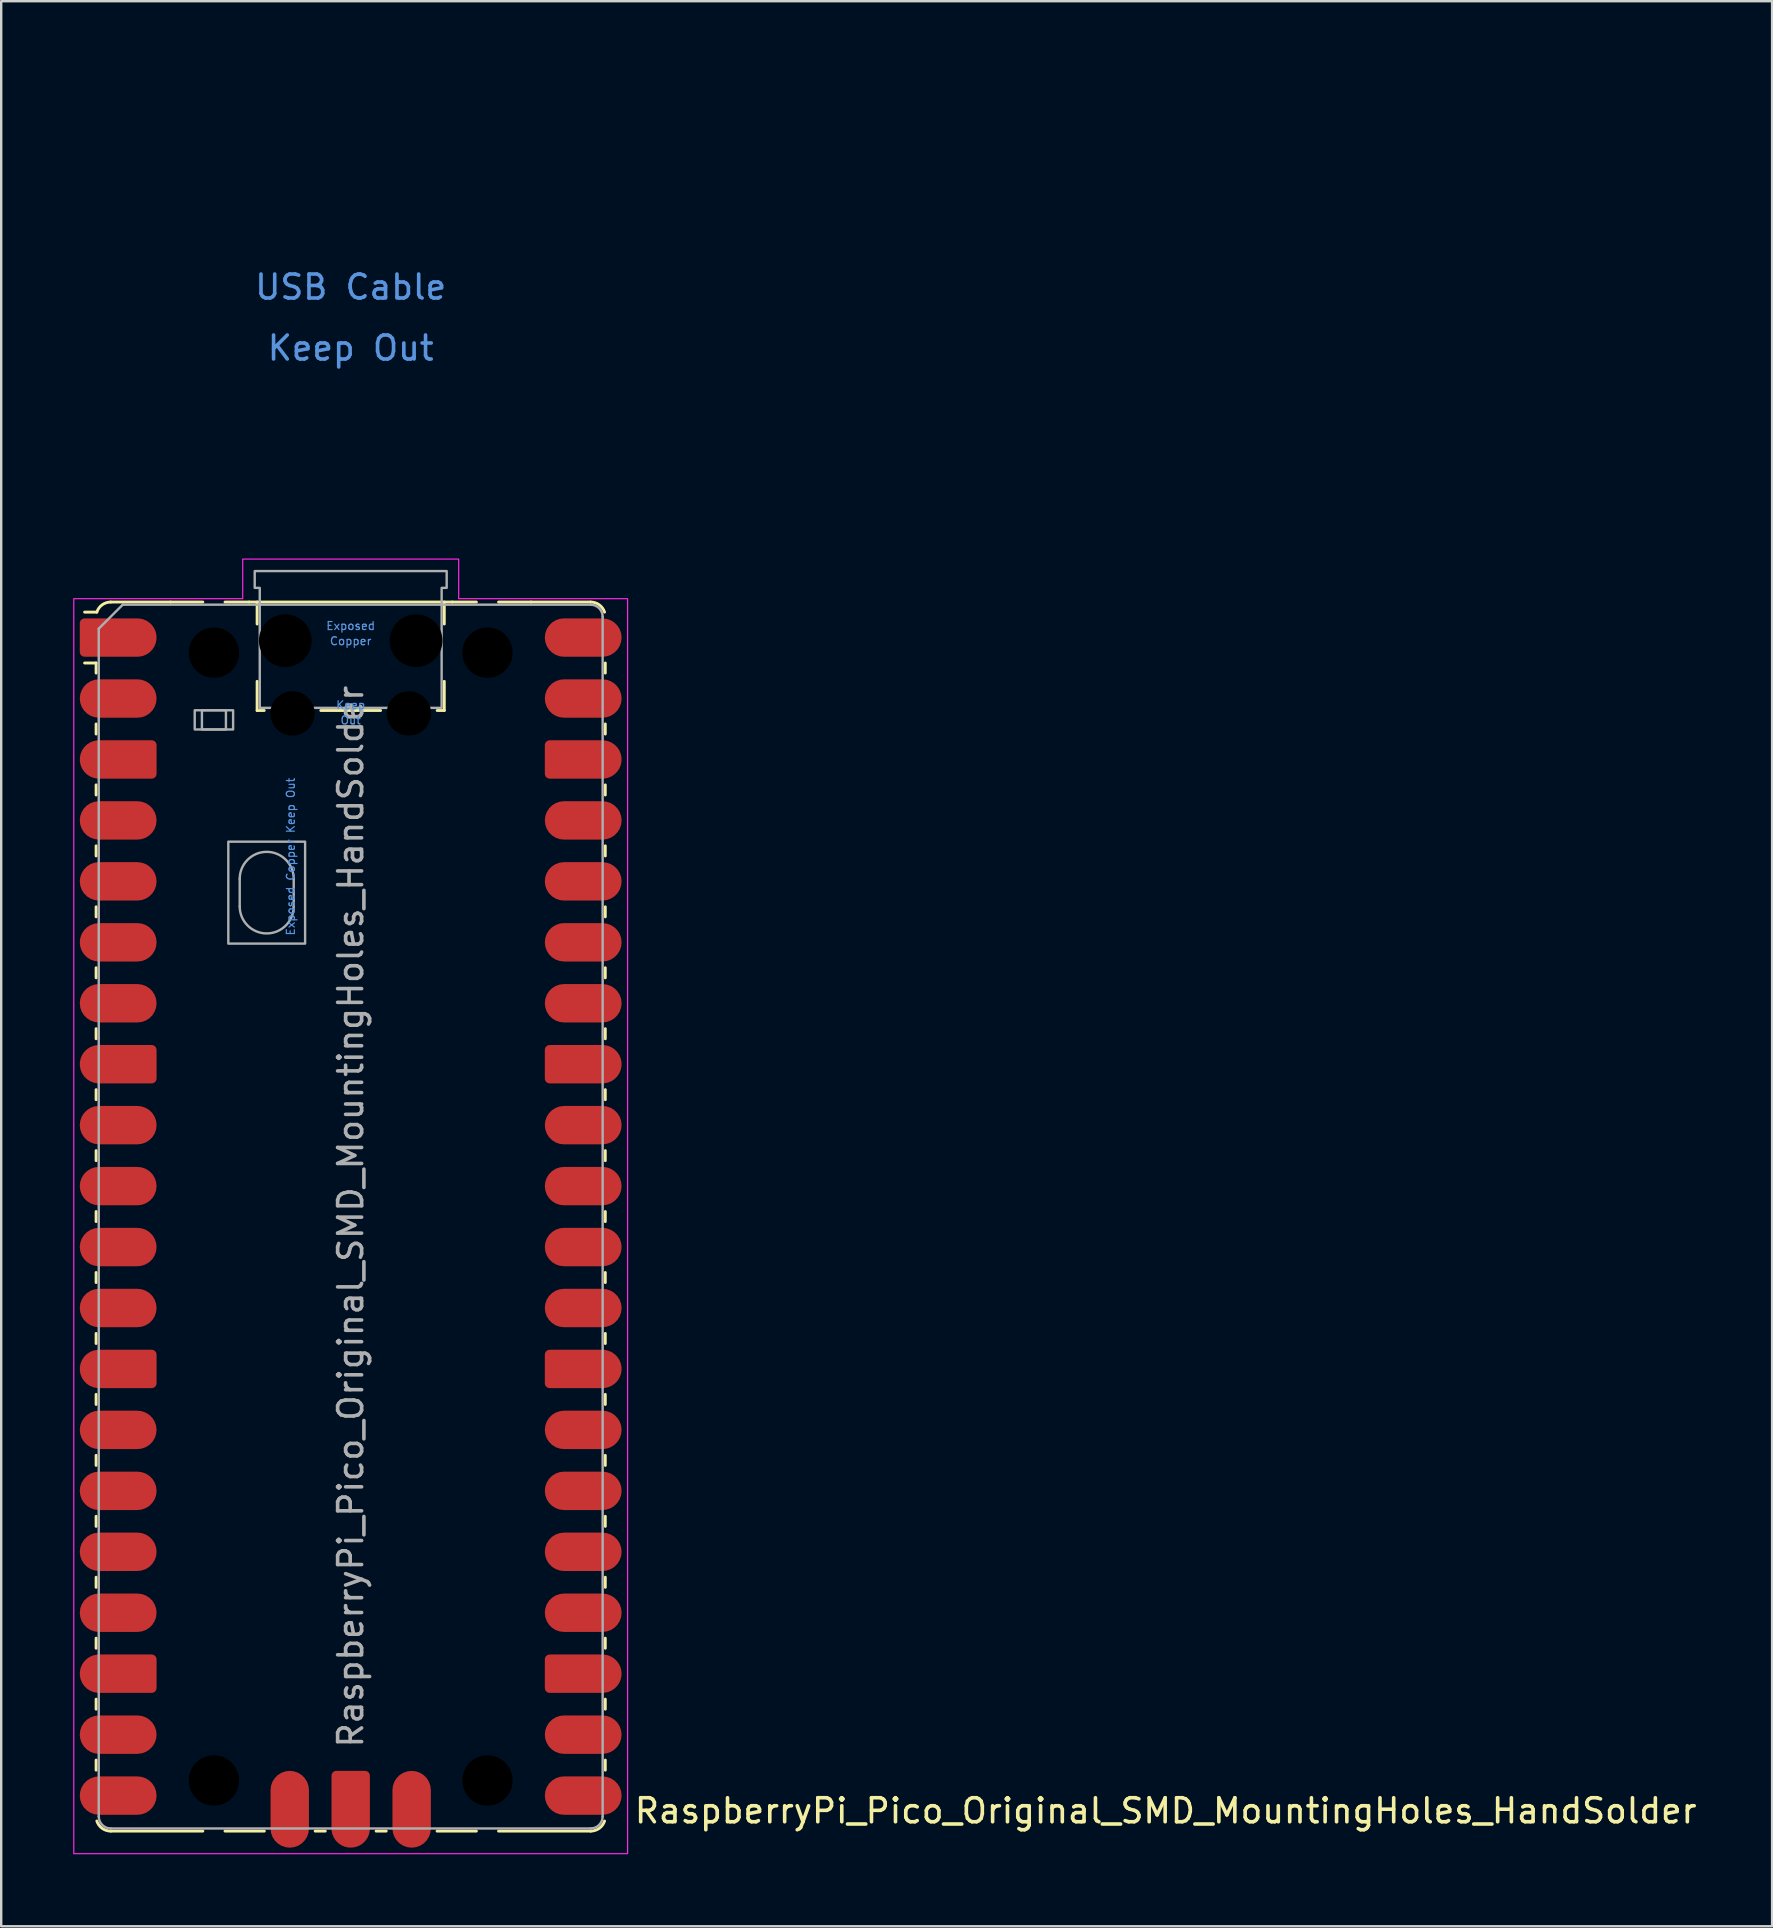
<source format=kicad_pcb>
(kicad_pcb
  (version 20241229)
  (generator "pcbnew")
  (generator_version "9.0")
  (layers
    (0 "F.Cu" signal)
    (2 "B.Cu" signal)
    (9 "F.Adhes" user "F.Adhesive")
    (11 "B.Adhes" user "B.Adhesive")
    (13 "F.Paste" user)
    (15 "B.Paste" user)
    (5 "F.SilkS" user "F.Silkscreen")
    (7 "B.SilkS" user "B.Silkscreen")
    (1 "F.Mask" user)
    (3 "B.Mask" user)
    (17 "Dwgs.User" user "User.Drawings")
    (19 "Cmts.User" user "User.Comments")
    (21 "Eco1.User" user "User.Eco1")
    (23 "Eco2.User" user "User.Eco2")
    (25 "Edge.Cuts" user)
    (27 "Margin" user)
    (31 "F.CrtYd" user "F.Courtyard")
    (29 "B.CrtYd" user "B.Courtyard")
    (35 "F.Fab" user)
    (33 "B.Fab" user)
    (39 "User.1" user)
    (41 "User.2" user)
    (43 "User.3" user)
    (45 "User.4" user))
  (footprint "RaspberryPi_Pico_Original_SMD_MountingHoles_HandSolder"
    (layer "F.Cu")
    (at 11.565 47.65)
    (property "Reference" "RaspberryPi_Pico_Original_SMD_MountingHoles_HandSolder" (at 11.748 24.765 0) (unlocked yes) (layer "F.SilkS") (effects (font (size 1 1) (thickness 0.15)) (justify left)))
    (attr smd)
    (fp_line (start -10.61 -23.07) (end -11.09 -23.07) (stroke (width 0.12) (type solid)) (layer "F.SilkS"))
    (fp_line (start -10.61 -23.07) (end -10.61 -22.65) (stroke (width 0.12) (type solid)) (layer "F.SilkS"))
    (fp_line (start -10.61 -20.53) (end -10.61 -20.11) (stroke (width 0.12) (type solid)) (layer "F.SilkS"))
    (fp_line (start -10.61 -17.99) (end -10.61 -17.57) (stroke (width 0.12) (type solid)) (layer "F.SilkS"))
    (fp_line (start -10.61 -15.45) (end -10.61 -15.03) (stroke (width 0.12) (type solid)) (layer "F.SilkS"))
    (fp_line (start -10.61 -12.91) (end -10.61 -12.49) (stroke (width 0.12) (type solid)) (layer "F.SilkS"))
    (fp_line (start -10.61 -10.37) (end -10.61 -9.95) (stroke (width 0.12) (type solid)) (layer "F.SilkS"))
    (fp_line (start -10.61 -7.83) (end -10.61 -7.41) (stroke (width 0.12) (type solid)) (layer "F.SilkS"))
    (fp_line (start -10.61 -5.29) (end -10.61 -4.87) (stroke (width 0.12) (type solid)) (layer "F.SilkS"))
    (fp_line (start -10.61 -2.75) (end -10.61 -2.33) (stroke (width 0.12) (type solid)) (layer "F.SilkS"))
    (fp_line (start -10.61 -0.21) (end -10.61 0.21) (stroke (width 0.12) (type solid)) (layer "F.SilkS"))
    (fp_line (start -10.61 2.33) (end -10.61 2.75) (stroke (width 0.12) (type solid)) (layer "F.SilkS"))
    (fp_line (start -10.61 4.87) (end -10.61 5.29) (stroke (width 0.12) (type solid)) (layer "F.SilkS"))
    (fp_line (start -10.61 7.41) (end -10.61 7.83) (stroke (width 0.12) (type solid)) (layer "F.SilkS"))
    (fp_line (start -10.61 9.95) (end -10.61 10.37) (stroke (width 0.12) (type solid)) (layer "F.SilkS"))
    (fp_line (start -10.61 12.49) (end -10.61 12.91) (stroke (width 0.12) (type solid)) (layer "F.SilkS"))
    (fp_line (start -10.61 15.03) (end -10.61 15.45) (stroke (width 0.12) (type solid)) (layer "F.SilkS"))
    (fp_line (start -10.61 17.57) (end -10.61 17.99) (stroke (width 0.12) (type solid)) (layer "F.SilkS"))
    (fp_line (start -10.61 20.11) (end -10.61 20.53) (stroke (width 0.12) (type solid)) (layer "F.SilkS"))
    (fp_line (start -10.61 22.65) (end -10.61 23.07) (stroke (width 0.12) (type solid)) (layer "F.SilkS"))
    (fp_line (start -10.58 -25.19) (end -11.09 -25.19) (stroke (width 0.12) (type solid)) (layer "F.SilkS"))
    (fp_line (start -10 -25.61) (end -7.51 -25.61) (stroke (width 0.12) (type solid)) (layer "F.SilkS"))
    (fp_line (start -10 25.61) (end -6.162 25.61) (stroke (width 0.12) (type solid)) (layer "F.SilkS"))
    (fp_line (start -7.51 -25.61) (end -6.162 -25.61) (stroke (width 0.12) (type solid)) (layer "F.SilkS"))
    (fp_line (start -5.238 -25.61) (end -4.235 -25.61) (stroke (width 0.12) (type solid)) (layer "F.SilkS"))
    (fp_line (start -4.235 -25.61) (end 4.235 -25.61) (stroke (width 0.12) (type solid)) (layer "F.SilkS"))
    (fp_line (start -3.9 -25.61) (end -3.9 -24.694) (stroke (width 0.12) (type solid)) (layer "F.SilkS"))
    (fp_line (start -3.9 -22.306) (end -3.9 -21.09) (stroke (width 0.12) (type solid)) (layer "F.SilkS"))
    (fp_line (start -3.9 -21.09) (end -3.604 -21.09) (stroke (width 0.12) (type solid)) (layer "F.SilkS"))
    (fp_line (start -3.6 25.61) (end -5.238 25.61) (stroke (width 0.12) (type solid)) (layer "F.SilkS"))
    (fp_line (start -1.48 25.61) (end -1.06 25.61) (stroke (width 0.12) (type solid)) (layer "F.SilkS"))
    (fp_line (start -1.246 -21.09) (end 1.246 -21.09) (stroke (width 0.12) (type solid)) (layer "F.SilkS"))
    (fp_line (start 1.06 25.61) (end 1.48 25.61) (stroke (width 0.12) (type solid)) (layer "F.SilkS"))
    (fp_line (start 3.604 -21.09) (end 3.9 -21.09) (stroke (width 0.12) (type solid)) (layer "F.SilkS"))
    (fp_line (start 3.9 -25.61) (end 3.9 -24.694) (stroke (width 0.12) (type solid)) (layer "F.SilkS"))
    (fp_line (start 3.9 -22.306) (end 3.9 -21.09) (stroke (width 0.12) (type solid)) (layer "F.SilkS"))
    (fp_line (start 4.235 -25.61) (end 5.238 -25.61) (stroke (width 0.12) (type solid)) (layer "F.SilkS"))
    (fp_line (start 5.238 25.61) (end 3.6 25.61) (stroke (width 0.12) (type solid)) (layer "F.SilkS"))
    (fp_line (start 6.162 -25.61) (end 7.51 -25.61) (stroke (width 0.12) (type solid)) (layer "F.SilkS"))
    (fp_line (start 6.162 25.61) (end 10 25.61) (stroke (width 0.12) (type solid)) (layer "F.SilkS"))
    (fp_line (start 10 -25.61) (end 7.51 -25.61) (stroke (width 0.12) (type solid)) (layer "F.SilkS"))
    (fp_line (start 10.61 -23.07) (end 10.61 -22.65) (stroke (width 0.12) (type solid)) (layer "F.SilkS"))
    (fp_line (start 10.61 -20.53) (end 10.61 -20.11) (stroke (width 0.12) (type solid)) (layer "F.SilkS"))
    (fp_line (start 10.61 -17.99) (end 10.61 -17.57) (stroke (width 0.12) (type solid)) (layer "F.SilkS"))
    (fp_line (start 10.61 -15.45) (end 10.61 -15.03) (stroke (width 0.12) (type solid)) (layer "F.SilkS"))
    (fp_line (start 10.61 -12.91) (end 10.61 -12.49) (stroke (width 0.12) (type solid)) (layer "F.SilkS"))
    (fp_line (start 10.61 -10.37) (end 10.61 -9.95) (stroke (width 0.12) (type solid)) (layer "F.SilkS"))
    (fp_line (start 10.61 -7.83) (end 10.61 -7.41) (stroke (width 0.12) (type solid)) (layer "F.SilkS"))
    (fp_line (start 10.61 -5.29) (end 10.61 -4.87) (stroke (width 0.12) (type solid)) (layer "F.SilkS"))
    (fp_line (start 10.61 -2.75) (end 10.61 -2.33) (stroke (width 0.12) (type solid)) (layer "F.SilkS"))
    (fp_line (start 10.61 -0.21) (end 10.61 0.21) (stroke (width 0.12) (type solid)) (layer "F.SilkS"))
    (fp_line (start 10.61 2.33) (end 10.61 2.75) (stroke (width 0.12) (type solid)) (layer "F.SilkS"))
    (fp_line (start 10.61 4.87) (end 10.61 5.29) (stroke (width 0.12) (type solid)) (layer "F.SilkS"))
    (fp_line (start 10.61 7.41) (end 10.61 7.83) (stroke (width 0.12) (type solid)) (layer "F.SilkS"))
    (fp_line (start 10.61 9.95) (end 10.61 10.37) (stroke (width 0.12) (type solid)) (layer "F.SilkS"))
    (fp_line (start 10.61 12.49) (end 10.61 12.91) (stroke (width 0.12) (type solid)) (layer "F.SilkS"))
    (fp_line (start 10.61 15.03) (end 10.61 15.45) (stroke (width 0.12) (type solid)) (layer "F.SilkS"))
    (fp_line (start 10.61 17.57) (end 10.61 17.99) (stroke (width 0.12) (type solid)) (layer "F.SilkS"))
    (fp_line (start 10.61 20.11) (end 10.61 20.53) (stroke (width 0.12) (type solid)) (layer "F.SilkS"))
    (fp_line (start 10.61 22.65) (end 10.61 23.07) (stroke (width 0.12) (type solid)) (layer "F.SilkS"))
    (fp_arc (start -10.579676 -25.19) (mid -10.357938 -25.493944) (end -10 -25.61) (stroke (width 0.12) (type solid)) (layer "F.SilkS"))
    (fp_arc (start -10 25.61) (mid -10.357937 25.493943) (end -10.579676 25.189937) (stroke (width 0.12) (type solid)) (layer "F.SilkS"))
    (fp_arc (start 10 -25.61) (mid 10.357937 -25.493944) (end 10.579676 -25.189937) (stroke (width 0.12) (type solid)) (layer "F.SilkS"))
    (fp_arc (start 10.579676 25.189937) (mid 10.357953 25.493966) (end 10 25.61) (stroke (width 0.12) (type solid)) (layer "F.SilkS"))
    (fp_poly (pts (xy -4.5 -27.4) (xy 4.5 -27.4) (xy 4.5 -25.75) (xy 11.54 -25.75) (xy 11.54 26.55) (xy -11.54 26.55) (xy -11.54 -25.75) (xy -4.5 -25.75)) (stroke (width 0.05) (type solid)) (fill no) (layer "F.CrtYd"))
    (fp_line (start -10.5 -24.5) (end -9.5 -25.5) (stroke (width 0.1) (type solid)) (layer "F.Fab"))
    (fp_line (start -10.5 25) (end -10.5 -24.5) (stroke (width 0.1) (type solid)) (layer "F.Fab"))
    (fp_line (start -9.5 -25.5) (end 10 -25.5) (stroke (width 0.1) (type solid)) (layer "F.Fab"))
    (fp_line (start -4.625 -14.075) (end -4.625 -12.925) (stroke (width 0.1) (type solid)) (layer "F.Fab"))
    (fp_line (start -2.375 -14.075) (end -2.375 -12.925) (stroke (width 0.1) (type solid)) (layer "F.Fab"))
    (fp_line (start 10 25.5) (end -10 25.5) (stroke (width 0.1) (type solid)) (layer "F.Fab"))
    (fp_line (start 10.5 -25) (end 10.5 25) (stroke (width 0.1) (type solid)) (layer "F.Fab"))
    (fp_rect (start -6.5 -21.1) (end -4.9 -20.3) (stroke (width 0.1) (type solid)) (fill no) (layer "F.Fab"))
    (fp_rect (start -6.2 -21.1) (end -5.2 -20.3) (stroke (width 0.1) (type solid)) (fill no) (layer "F.Fab"))
    (fp_rect (start -5.1 -15.625) (end -1.9 -11.375) (stroke (width 0.1) (type solid)) (fill no) (layer "F.Fab"))
    (fp_arc (start -10 25.5) (mid -10.353553 25.353553) (end -10.5 25) (stroke (width 0.1) (type solid)) (layer "F.Fab"))
    (fp_arc (start -4.625 -14.075) (mid -3.5 -15.2) (end -2.375 -14.075) (stroke (width 0.1) (type solid)) (layer "F.Fab"))
    (fp_arc (start -2.375 -12.925) (mid -3.5 -11.8) (end -4.625 -12.925) (stroke (width 0.1) (type solid)) (layer "F.Fab"))
    (fp_arc (start 10 -25.5) (mid 10.353553 -25.353553) (end 10.5 -25) (stroke (width 0.1) (type solid)) (layer "F.Fab"))
    (fp_arc (start 10.5 25) (mid 10.353553 25.353553) (end 10 25.5) (stroke (width 0.1) (type solid)) (layer "F.Fab"))
    (fp_poly (pts (xy 3.79 -21.2) (xy 3.79 -26.2) (xy 4 -26.2) (xy 4 -26.9) (xy -4 -26.9) (xy -4 -26.2) (xy -3.79 -26.2) (xy -3.79 -21.2)) (stroke (width 0.1) (type solid)) (fill no) (layer "F.Fab"))
    (fp_text user "Exposed Copper Keep Out" (at -2.5 -15 90) (unlocked yes) (layer "Cmts.User") (effects (font (size 0.333 0.333) (thickness 0.05))))
    (fp_text user "Keep Out" (at 0 -36.195 0) (unlocked yes) (layer "Cmts.User") (effects (font (size 1 1) (thickness 0.15))))
    (fp_text user "Exposed" (at 0 -24.617 0) (unlocked yes) (layer "Cmts.User") (effects (font (size 0.333 0.333) (thickness 0.05))))
    (fp_text user "USB Cable" (at 0 -38.735 0) (unlocked yes) (layer "Cmts.User") (effects (font (size 1 1) (thickness 0.15))))
    (fp_text user "Copper" (at 0 -23.983 0) (unlocked yes) (layer "Cmts.User") (effects (font (size 0.333 0.333) (thickness 0.05))))
    (fp_text user "Keep" (at 0 -21.317 0) (unlocked yes) (layer "Cmts.User") (effects (font (size 0.333 0.333) (thickness 0.05))))
    (fp_text user "Out" (at 0 -20.683 0) (unlocked yes) (layer "Cmts.User") (effects (font (size 0.333 0.333) (thickness 0.05))))
    (fp_text user "${REFERENCE}" (at 0 0 90) (layer "F.Fab") (effects (font (size 1 1) (thickness 0.15))))
    (pad "" np_thru_hole circle (at -5.7 -23.5) (size 3.8 3.8) (drill 2.1) (layers "*.Mask"))
    (pad "" np_thru_hole circle (at -5.7 23.5) (size 3.8 3.8) (drill 2.1) (layers "*.Mask"))
    (pad "" np_thru_hole circle (at -2.725 -24) (size 2.2 2.2) (drill 2.2) (layers "*.Mask"))
    (pad "" np_thru_hole circle (at -2.425 -20.97) (size 1.85 1.85) (drill 1.85) (layers "*.Mask"))
    (pad "" np_thru_hole circle (at 2.425 -20.97) (size 1.85 1.85) (drill 1.85) (layers "*.Mask"))
    (pad "" np_thru_hole circle (at 2.725 -24) (size 2.2 2.2) (drill 2.2) (layers "*.Mask"))
    (pad "" np_thru_hole circle (at 5.7 -23.5) (size 3.8 3.8) (drill 2.1) (layers "*.Mask"))
    (pad "" np_thru_hole circle (at 5.7 23.5) (size 3.8 3.8) (drill 2.1) (layers "*.Mask"))
    (pad "1" smd custom (at -8.89 -24.13) (size 1.6 1.6) (layers "F.Cu" "F.Mask" "F.Paste") (options (anchor circle)) (primitives (gr_poly (pts (xy -2.4 0.6) (xy -2.4 -0.6) (xy -2.2 -0.8) (xy 0 -0.8) (xy 0 0.8) (xy -2.2 0.8)) (width 0) (fill yes)) (gr_circle (center -2.2 0.6) (end -2 0.6) (width 0) (fill yes)) (gr_circle (center -2.2 -0.6) (end -2 -0.6) (width 0) (fill yes))))
    (pad "2" smd roundrect (at -8.89 -21.59) (size 3.2 1.6) (drill (offset -0.8 0)) (layers "F.Cu" "F.Mask" "F.Paste") (roundrect_rratio 0.5))
    (pad "3" smd custom (at -8.89 -19.05) (size 1.6 1.6) (layers "F.Cu" "F.Mask" "F.Paste") (options (anchor circle)) (primitives (gr_poly (pts (xy 0.8 -0.6) (xy 0.8 0.6) (xy 0.6 0.8) (xy -1.6 0.8) (xy -1.6 -0.8) (xy 0.6 -0.8)) (width 0) (fill yes)) (gr_circle (center 0.6 0.6) (end 0.8 0.6) (width 0) (fill yes)) (gr_circle (center 0.6 -0.6) (end 0.8 -0.6) (width 0) (fill yes)) (gr_circle (center -1.6 0) (end -0.8 0) (width 0) (fill yes))))
    (pad "4" smd roundrect (at -8.89 -16.51) (size 3.2 1.6) (drill (offset -0.8 0)) (layers "F.Cu" "F.Mask" "F.Paste") (roundrect_rratio 0.5))
    (pad "5" smd roundrect (at -8.89 -13.97) (size 3.2 1.6) (drill (offset -0.8 0)) (layers "F.Cu" "F.Mask" "F.Paste") (roundrect_rratio 0.5))
    (pad "6" smd roundrect (at -8.89 -11.43) (size 3.2 1.6) (drill (offset -0.8 0)) (layers "F.Cu" "F.Mask" "F.Paste") (roundrect_rratio 0.5))
    (pad "7" smd roundrect (at -8.89 -8.89) (size 3.2 1.6) (drill (offset -0.8 0)) (layers "F.Cu" "F.Mask" "F.Paste") (roundrect_rratio 0.5))
    (pad "8" smd custom (at -8.89 -6.35) (size 1.6 1.6) (layers "F.Cu" "F.Mask" "F.Paste") (options (anchor circle)) (primitives (gr_poly (pts (xy 0.8 -0.6) (xy 0.8 0.6) (xy 0.6 0.8) (xy -1.6 0.8) (xy -1.6 -0.8) (xy 0.6 -0.8)) (width 0) (fill yes)) (gr_circle (center 0.6 0.6) (end 0.8 0.6) (width 0) (fill yes)) (gr_circle (center 0.6 -0.6) (end 0.8 -0.6) (width 0) (fill yes)) (gr_circle (center -1.6 0) (end -0.8 0) (width 0) (fill yes))))
    (pad "9" smd roundrect (at -8.89 -3.81) (size 3.2 1.6) (drill (offset -0.8 0)) (layers "F.Cu" "F.Mask" "F.Paste") (roundrect_rratio 0.5))
    (pad "10" smd roundrect (at -8.89 -1.27) (size 3.2 1.6) (drill (offset -0.8 0)) (layers "F.Cu" "F.Mask" "F.Paste") (roundrect_rratio 0.5))
    (pad "11" smd roundrect (at -8.89 1.27) (size 3.2 1.6) (drill (offset -0.8 0)) (layers "F.Cu" "F.Mask" "F.Paste") (roundrect_rratio 0.5))
    (pad "12" smd roundrect (at -8.89 3.81) (size 3.2 1.6) (drill (offset -0.8 0)) (layers "F.Cu" "F.Mask" "F.Paste") (roundrect_rratio 0.5))
    (pad "13" smd custom (at -8.89 6.35) (size 1.6 1.6) (layers "F.Cu" "F.Mask" "F.Paste") (options (anchor circle)) (primitives (gr_poly (pts (xy 0.8 -0.6) (xy 0.8 0.6) (xy 0.6 0.8) (xy -1.6 0.8) (xy -1.6 -0.8) (xy 0.6 -0.8)) (width 0) (fill yes)) (gr_circle (center 0.6 0.6) (end 0.8 0.6) (width 0) (fill yes)) (gr_circle (center 0.6 -0.6) (end 0.8 -0.6) (width 0) (fill yes)) (gr_circle (center -1.6 0) (end -0.8 0) (width 0) (fill yes))))
    (pad "14" smd roundrect (at -8.89 8.89) (size 3.2 1.6) (drill (offset -0.8 0)) (layers "F.Cu" "F.Mask" "F.Paste") (roundrect_rratio 0.5))
    (pad "15" smd roundrect (at -8.89 11.43) (size 3.2 1.6) (drill (offset -0.8 0)) (layers "F.Cu" "F.Mask" "F.Paste") (roundrect_rratio 0.5))
    (pad "16" smd roundrect (at -8.89 13.97) (size 3.2 1.6) (drill (offset -0.8 0)) (layers "F.Cu" "F.Mask" "F.Paste") (roundrect_rratio 0.5))
    (pad "17" smd roundrect (at -8.89 16.51) (size 3.2 1.6) (drill (offset -0.8 0)) (layers "F.Cu" "F.Mask" "F.Paste") (roundrect_rratio 0.5))
    (pad "18" smd custom (at -8.89 19.05) (size 1.6 1.6) (layers "F.Cu" "F.Mask" "F.Paste") (options (anchor circle)) (primitives (gr_poly (pts (xy 0.8 -0.6) (xy 0.8 0.6) (xy 0.6 0.8) (xy -1.6 0.8) (xy -1.6 -0.8) (xy 0.6 -0.8)) (width 0) (fill yes)) (gr_circle (center 0.6 0.6) (end 0.8 0.6) (width 0) (fill yes)) (gr_circle (center 0.6 -0.6) (end 0.8 -0.6) (width 0) (fill yes)) (gr_circle (center -1.6 0) (end -0.8 0) (width 0) (fill yes))))
    (pad "19" smd roundrect (at -8.89 21.59) (size 3.2 1.6) (drill (offset -0.8 0)) (layers "F.Cu" "F.Mask" "F.Paste") (roundrect_rratio 0.5))
    (pad "20" smd roundrect (at -8.89 24.13) (size 3.2 1.6) (drill (offset -0.8 0)) (layers "F.Cu" "F.Mask" "F.Paste") (roundrect_rratio 0.5))
    (pad "21" smd roundrect (at 8.89 24.13) (size 3.2 1.6) (drill (offset 0.8 0)) (layers "F.Cu" "F.Mask" "F.Paste") (roundrect_rratio 0.5))
    (pad "22" smd roundrect (at 8.89 21.59) (size 3.2 1.6) (drill (offset 0.8 0)) (layers "F.Cu" "F.Mask" "F.Paste") (roundrect_rratio 0.5))
    (pad "23" smd custom (at 8.89 19.05) (size 1.6 1.6) (layers "F.Cu" "F.Mask" "F.Paste") (options (anchor circle)) (primitives (gr_poly (pts (xy -0.8 -0.6) (xy -0.8 0.6) (xy -0.6 0.8) (xy 1.6 0.8) (xy 1.6 -0.8) (xy -0.6 -0.8)) (width 0) (fill yes)) (gr_circle (center -0.6 0.6) (end -0.4 0.6) (width 0) (fill yes)) (gr_circle (center -0.6 -0.6) (end -0.4 -0.6) (width 0) (fill yes)) (gr_circle (center 1.6 0) (end 2.4 0) (width 0) (fill yes))))
    (pad "24" smd roundrect (at 8.89 16.51) (size 3.2 1.6) (drill (offset 0.8 0)) (layers "F.Cu" "F.Mask" "F.Paste") (roundrect_rratio 0.5))
    (pad "25" smd roundrect (at 8.89 13.97) (size 3.2 1.6) (drill (offset 0.8 0)) (layers "F.Cu" "F.Mask" "F.Paste") (roundrect_rratio 0.5))
    (pad "26" smd roundrect (at 8.89 11.43) (size 3.2 1.6) (drill (offset 0.8 0)) (layers "F.Cu" "F.Mask" "F.Paste") (roundrect_rratio 0.5))
    (pad "27" smd roundrect (at 8.89 8.89) (size 3.2 1.6) (drill (offset 0.8 0)) (layers "F.Cu" "F.Mask" "F.Paste") (roundrect_rratio 0.5))
    (pad "28" smd custom (at 8.89 6.35) (size 1.6 1.6) (layers "F.Cu" "F.Mask" "F.Paste") (options (anchor circle)) (primitives (gr_poly (pts (xy -0.8 -0.6) (xy -0.8 0.6) (xy -0.6 0.8) (xy 1.6 0.8) (xy 1.6 -0.8) (xy -0.6 -0.8)) (width 0) (fill yes)) (gr_circle (center -0.6 0.6) (end -0.4 0.6) (width 0) (fill yes)) (gr_circle (center -0.6 -0.6) (end -0.4 -0.6) (width 0) (fill yes)) (gr_circle (center 1.6 0) (end 2.4 0) (width 0) (fill yes))))
    (pad "29" smd roundrect (at 8.89 3.81) (size 3.2 1.6) (drill (offset 0.8 0)) (layers "F.Cu" "F.Mask" "F.Paste") (roundrect_rratio 0.5))
    (pad "30" smd roundrect (at 8.89 1.27) (size 3.2 1.6) (drill (offset 0.8 0)) (layers "F.Cu" "F.Mask" "F.Paste") (roundrect_rratio 0.5))
    (pad "31" smd roundrect (at 8.89 -1.27) (size 3.2 1.6) (drill (offset 0.8 0)) (layers "F.Cu" "F.Mask" "F.Paste") (roundrect_rratio 0.5))
    (pad "32" smd roundrect (at 8.89 -3.81) (size 3.2 1.6) (drill (offset 0.8 0)) (layers "F.Cu" "F.Mask" "F.Paste") (roundrect_rratio 0.5))
    (pad "33" smd custom (at 8.89 -6.35) (size 1.6 1.6) (layers "F.Cu" "F.Mask" "F.Paste") (options (anchor circle)) (primitives (gr_poly (pts (xy -0.8 -0.6) (xy -0.8 0.6) (xy -0.6 0.8) (xy 1.6 0.8) (xy 1.6 -0.8) (xy -0.6 -0.8)) (width 0) (fill yes)) (gr_circle (center -0.6 0.6) (end -0.4 0.6) (width 0) (fill yes)) (gr_circle (center -0.6 -0.6) (end -0.4 -0.6) (width 0) (fill yes)) (gr_circle (center 1.6 0) (end 2.4 0) (width 0) (fill yes))))
    (pad "34" smd roundrect (at 8.89 -8.89) (size 3.2 1.6) (drill (offset 0.8 0)) (layers "F.Cu" "F.Mask" "F.Paste") (roundrect_rratio 0.5))
    (pad "35" smd roundrect (at 8.89 -11.43) (size 3.2 1.6) (drill (offset 0.8 0)) (layers "F.Cu" "F.Mask" "F.Paste") (roundrect_rratio 0.5))
    (pad "36" smd roundrect (at 8.89 -13.97) (size 3.2 1.6) (drill (offset 0.8 0)) (layers "F.Cu" "F.Mask" "F.Paste") (roundrect_rratio 0.5))
    (pad "37" smd roundrect (at 8.89 -16.51) (size 3.2 1.6) (drill (offset 0.8 0)) (layers "F.Cu" "F.Mask" "F.Paste") (roundrect_rratio 0.5))
    (pad "38" smd custom (at 8.89 -19.05) (size 1.6 1.6) (layers "F.Cu" "F.Mask" "F.Paste") (options (anchor circle)) (primitives (gr_poly (pts (xy -0.8 -0.6) (xy -0.8 0.6) (xy -0.6 0.8) (xy 1.6 0.8) (xy 1.6 -0.8) (xy -0.6 -0.8)) (width 0) (fill yes)) (gr_circle (center -0.6 0.6) (end -0.4 0.6) (width 0) (fill yes)) (gr_circle (center -0.6 -0.6) (end -0.4 -0.6) (width 0) (fill yes)) (gr_circle (center 1.6 0) (end 2.4 0) (width 0) (fill yes))))
    (pad "39" smd roundrect (at 8.89 -21.59) (size 3.2 1.6) (drill (offset 0.8 0)) (layers "F.Cu" "F.Mask" "F.Paste") (roundrect_rratio 0.5))
    (pad "40" smd roundrect (at 8.89 -24.13) (size 3.2 1.6) (drill (offset 0.8 0)) (layers "F.Cu" "F.Mask" "F.Paste") (roundrect_rratio 0.5))
    (pad "D1" smd roundrect (at -2.54 23.9 90) (size 3.2 1.6) (drill (offset -0.8 0)) (layers "F.Cu" "F.Mask" "F.Paste") (roundrect_rratio 0.5))
    (pad "D2" smd custom (at 0 23.9 270) (size 1.6 1.6) (layers "F.Cu" "F.Mask" "F.Paste") (options (anchor circle)) (primitives (gr_poly (pts (xy -0.8 -0.6) (xy -0.8 0.6) (xy -0.6 0.8) (xy 1.6 0.8) (xy 1.6 -0.8) (xy -0.6 -0.8)) (width 0) (fill yes)) (gr_circle (center -0.6 0.6) (end -0.4 0.6) (width 0) (fill yes)) (gr_circle (center -0.6 -0.6) (end -0.4 -0.6) (width 0) (fill yes)) (gr_circle (center 1.6 0) (end 2.4 0) (width 0) (fill yes))))
    (pad "D3" smd roundrect (at 2.54 23.9 90) (size 3.2 1.6) (drill (offset -0.8 0)) (layers "F.Cu" "F.Mask" "F.Paste") (roundrect_rratio 0.5))
    (zone (net_name "") (layers "F.Cu" "F.Paste") (name "Pad Keep Out TP4") (hatch full 0.5) (connect_pads) (min_thickness 0.25) (filled_areas_thickness no) (keepout (tracks not_allowed) (vias not_allowed) (pads not_allowed) (copperpour not_allowed) (footprints allowed)) (placement (enabled no)) (fill) (polygon (pts (xy 8.549 31.098) (xy 8.423 31.064) (xy 8.309 30.998) (xy 8.217 30.906) (xy 8.151 30.792) (xy 8.117 30.666) (xy 8.115 30.6) (xy 8.115 30.15) (xy 10.015 30.15) (xy 10.015 30.6) (xy 10.013 30.666) (xy 9.979 30.792) (xy 9.913 30.906) (xy 9.821 30.998) (xy 9.707 31.064) (xy 9.581 31.098) (xy 9.515 31.1) (xy 8.615 31.1))))
    (zone (net_name "") (layers "F.Cu" "F.Paste") (name "Pad Keep Out TP5") (hatch full 0.5) (connect_pads) (min_thickness 0.25) (filled_areas_thickness no) (keepout (tracks not_allowed) (vias not_allowed) (pads not_allowed) (copperpour not_allowed) (footprints allowed)) (placement (enabled no)) (fill) (polygon (pts (xy 8.549 33.598) (xy 8.423 33.564) (xy 8.309 33.498) (xy 8.217 33.406) (xy 8.151 33.292) (xy 8.117 33.166) (xy 8.115 33.1) (xy 8.115 32.65) (xy 10.015 32.65) (xy 10.015 33.1) (xy 10.013 33.166) (xy 9.979 33.292) (xy 9.913 33.406) (xy 9.821 33.498) (xy 9.707 33.564) (xy 9.581 33.598) (xy 9.515 33.6) (xy 8.615 33.6))))
    (zone (net_name "") (layers "F.Cu" "F.Paste") (name "Pad Keep Out TP6") (hatch full 0.5) (connect_pads) (min_thickness 0.25) (filled_areas_thickness no) (keepout (tracks not_allowed) (vias not_allowed) (pads not_allowed) (copperpour not_allowed) (footprints allowed)) (placement (enabled no)) (fill) (polygon (pts (xy 8.549 36.098) (xy 8.423 36.064) (xy 8.309 35.998) (xy 8.217 35.906) (xy 8.151 35.792) (xy 8.117 35.666) (xy 8.115 35.6) (xy 8.115 35.15) (xy 10.015 35.15) (xy 10.015 35.6) (xy 10.013 35.666) (xy 9.979 35.792) (xy 9.913 35.906) (xy 9.821 35.998) (xy 9.707 36.064) (xy 9.581 36.098) (xy 9.515 36.1) (xy 8.615 36.1))))
    (zone (net_name "") (layers "F.Cu" "F.Paste") (name "Pad Keep Out TP3") (hatch full 0.5) (connect_pads) (min_thickness 0.25) (filled_areas_thickness no) (keepout (tracks not_allowed) (vias not_allowed) (pads not_allowed) (copperpour not_allowed) (footprints allowed)) (placement (enabled no)) (fill) (polygon (pts (xy 9.617 22.834) (xy 9.651 22.708) (xy 9.717 22.594) (xy 9.809 22.502) (xy 9.923 22.436) (xy 10.049 22.402) (xy 10.115 22.4) (xy 10.565 22.4) (xy 10.565 24.3) (xy 10.115 24.3) (xy 10.049 24.298) (xy 9.923 24.264) (xy 9.809 24.198) (xy 9.717 24.106) (xy 9.651 23.992) (xy 9.617 23.866) (xy 9.615 23.8) (xy 9.615 22.9))))
    (zone (net_name "") (layers "F.Cu" "F.Paste") (name "Pad Keep Out TP4") (hatch full 0.5) (connect_pads) (min_thickness 0.25) (filled_areas_thickness no) (keepout (tracks not_allowed) (vias not_allowed) (pads not_allowed) (copperpour not_allowed) (footprints allowed)) (placement (enabled no)) (fill) (polygon (pts (xy 10.015 30.15) (xy 10.015 29.7) (xy 10.013 29.634) (xy 9.979 29.508) (xy 9.913 29.394) (xy 9.821 29.302) (xy 9.707 29.236) (xy 9.581 29.202) (xy 9.515 29.2) (xy 8.615 29.2) (xy 8.549 29.202) (xy 8.423 29.236) (xy 8.309 29.302) (xy 8.217 29.394) (xy 8.151 29.508) (xy 8.117 29.634) (xy 8.115 29.7) (xy 8.115 30.15))))
    (zone (net_name "") (layers "F.Cu" "F.Paste") (name "Pad Keep Out TP5") (hatch full 0.5) (connect_pads) (min_thickness 0.25) (filled_areas_thickness no) (keepout (tracks not_allowed) (vias not_allowed) (pads not_allowed) (copperpour not_allowed) (footprints allowed)) (placement (enabled no)) (fill) (polygon (pts (xy 10.015 32.65) (xy 10.015 32.2) (xy 10.013 32.134) (xy 9.979 32.008) (xy 9.913 31.894) (xy 9.821 31.802) (xy 9.707 31.736) (xy 9.581 31.702) (xy 9.515 31.7) (xy 8.615 31.7) (xy 8.549 31.702) (xy 8.423 31.736) (xy 8.309 31.802) (xy 8.217 31.894) (xy 8.151 32.008) (xy 8.117 32.134) (xy 8.115 32.2) (xy 8.115 32.65))))
    (zone (net_name "") (layers "F.Cu" "F.Paste") (name "Pad Keep Out TP6") (hatch full 0.5) (connect_pads) (min_thickness 0.25) (filled_areas_thickness no) (keepout (tracks not_allowed) (vias not_allowed) (pads not_allowed) (copperpour not_allowed) (footprints allowed)) (placement (enabled no)) (fill) (polygon (pts (xy 10.015 35.15) (xy 10.015 34.7) (xy 10.013 34.634) (xy 9.979 34.508) (xy 9.913 34.394) (xy 9.821 34.302) (xy 9.707 34.236) (xy 9.581 34.202) (xy 9.515 34.2) (xy 8.615 34.2) (xy 8.549 34.202) (xy 8.423 34.236) (xy 8.309 34.302) (xy 8.217 34.394) (xy 8.151 34.508) (xy 8.117 34.634) (xy 8.115 34.7) (xy 8.115 35.15))))
    (zone (net_name "") (layers "F.Cu" "F.Paste") (name "Pad Keep Out TP3") (hatch full 0.5) (connect_pads) (min_thickness 0.25) (filled_areas_thickness no) (keepout (tracks not_allowed) (vias not_allowed) (pads not_allowed) (copperpour not_allowed) (footprints allowed)) (placement (enabled no)) (fill) (polygon (pts (xy 10.565 24.3) (xy 11.015 24.3) (xy 11.081 24.298) (xy 11.207 24.264) (xy 11.321 24.198) (xy 11.413 24.106) (xy 11.479 23.992) (xy 11.513 23.866) (xy 11.515 23.8) (xy 11.515 22.9) (xy 11.513 22.834) (xy 11.479 22.708) (xy 11.413 22.594) (xy 11.321 22.502) (xy 11.207 22.436) (xy 11.081 22.402) (xy 11.015 22.4) (xy 10.565 22.4))))
    (zone (net_name "") (layers "F.Cu" "F.Paste") (name "Pad Keep Out TP1") (hatch full 0.5) (connect_pads) (min_thickness 0.25) (filled_areas_thickness no) (keepout (tracks not_allowed) (vias not_allowed) (pads not_allowed) (copperpour not_allowed) (footprints allowed)) (placement (enabled no)) (fill) (polygon (pts (xy 10.617 26.134) (xy 10.651 26.008) (xy 10.717 25.894) (xy 10.809 25.802) (xy 10.923 25.736) (xy 11.049 25.702) (xy 11.115 25.7) (xy 11.565 25.7) (xy 11.565 27.6) (xy 11.115 27.6) (xy 11.049 27.598) (xy 10.923 27.564) (xy 10.809 27.498) (xy 10.717 27.406) (xy 10.651 27.292) (xy 10.617 27.166) (xy 10.615 27.1) (xy 10.615 26.2))))
    (zone (net_name "") (layers "F.Cu" "F.Paste") (name "Pad Keep Out TP1") (hatch full 0.5) (connect_pads) (min_thickness 0.25) (filled_areas_thickness no) (keepout (tracks not_allowed) (vias not_allowed) (pads not_allowed) (copperpour not_allowed) (footprints allowed)) (placement (enabled no)) (fill) (polygon (pts (xy 11.565 27.6) (xy 12.015 27.6) (xy 12.081 27.598) (xy 12.207 27.564) (xy 12.321 27.498) (xy 12.413 27.406) (xy 12.479 27.292) (xy 12.513 27.166) (xy 12.515 27.1) (xy 12.515 26.2) (xy 12.513 26.134) (xy 12.479 26.008) (xy 12.413 25.894) (xy 12.321 25.802) (xy 12.207 25.736) (xy 12.081 25.702) (xy 12.015 25.7) (xy 11.565 25.7))))
    (zone (net_name "") (layers "F.Cu" "F.Paste") (name "Pad Keep Out TP2") (hatch full 0.5) (connect_pads) (min_thickness 0.25) (filled_areas_thickness no) (keepout (tracks not_allowed) (vias not_allowed) (pads not_allowed) (copperpour not_allowed) (footprints allowed)) (placement (enabled no)) (fill) (polygon (pts (xy 11.617 22.849) (xy 11.651 22.723) (xy 11.717 22.609) (xy 11.809 22.517) (xy 11.923 22.451) (xy 12.049 22.417) (xy 12.115 22.415) (xy 12.565 22.415) (xy 12.565 24.315) (xy 12.115 24.315) (xy 12.049 24.313) (xy 11.923 24.279) (xy 11.809 24.213) (xy 11.717 24.121) (xy 11.651 24.007) (xy 11.617 23.881) (xy 11.615 23.815) (xy 11.615 22.915))))
    (zone (net_name "") (layers "F.Cu" "F.Paste") (name "Pad Keep Out TP2") (hatch full 0.5) (connect_pads) (min_thickness 0.25) (filled_areas_thickness no) (keepout (tracks not_allowed) (vias not_allowed) (pads not_allowed) (copperpour not_allowed) (footprints allowed)) (placement (enabled no)) (fill) (polygon (pts (xy 12.565 24.315) (xy 13.015 24.315) (xy 13.081 24.313) (xy 13.207 24.279) (xy 13.321 24.213) (xy 13.413 24.121) (xy 13.479 24.007) (xy 13.513 23.881) (xy 13.515 23.815) (xy 13.515 22.915) (xy 13.513 22.849) (xy 13.479 22.723) (xy 13.413 22.609) (xy 13.321 22.517) (xy 13.207 22.451) (xy 13.081 22.417) (xy 13.015 22.415) (xy 12.565 22.415))))
    (zone (net_name "") (layer "Edge.Cuts") (name "Board Keep Out USB Cable") (hatch edge 0.5) (connect_pads) (min_thickness 0.254) (filled_areas_thickness no) (keepout (tracks allowed) (vias allowed) (pads allowed) (copperpour allowed) (footprints allowed)) (placement (enabled no)) (fill) (polygon (pts (xy 5.365 0) (xy 17.765 0) (xy 17.765 20.4) (xy 5.365 20.4))))
    (zone (net_name "") (layer "F.CrtYd") (name "USB Cable Keep Out") (hatch full 0.5) (connect_pads) (min_thickness 0.254) (filled_areas_thickness no) (keepout (tracks allowed) (vias allowed) (pads allowed) (copperpour allowed) (footprints not_allowed)) (placement (enabled no)) (fill) (polygon (pts (xy 5.815 19.95) (xy 7.625 19.95) (xy 7.625 20.25) (xy 15.505 20.25) (xy 15.505 19.95) (xy 17.315 19.95) (xy 17.315 0.45) (xy 5.815 0.45)))))
  (gr_rect
    (start -3 -3)
    (end 70.801 77.225)
    (stroke (width 0.1) (type default))
    (fill no)
    (layer "Edge.Cuts")))
</source>
